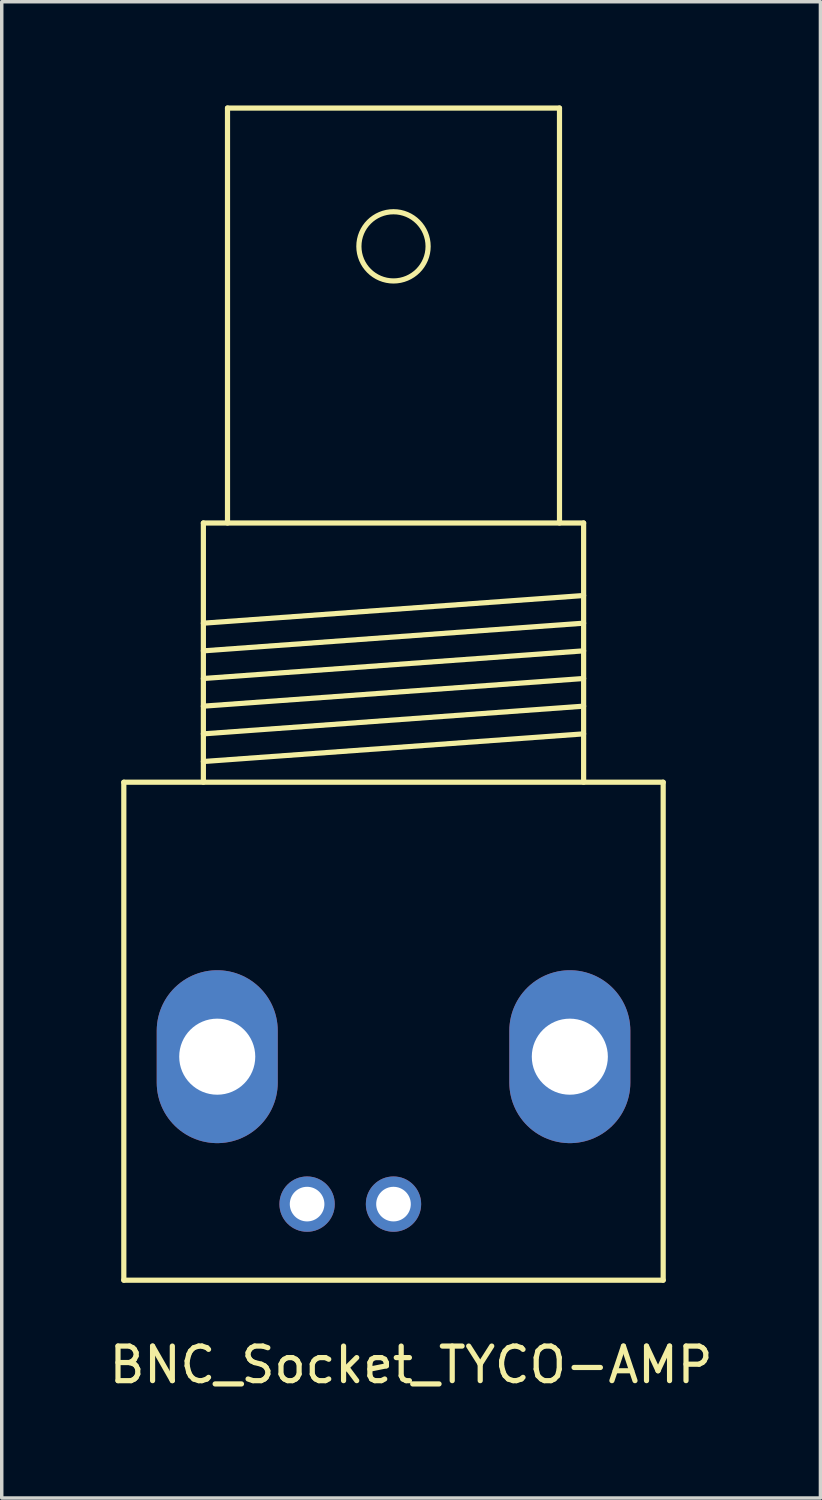
<source format=kicad_pcb>
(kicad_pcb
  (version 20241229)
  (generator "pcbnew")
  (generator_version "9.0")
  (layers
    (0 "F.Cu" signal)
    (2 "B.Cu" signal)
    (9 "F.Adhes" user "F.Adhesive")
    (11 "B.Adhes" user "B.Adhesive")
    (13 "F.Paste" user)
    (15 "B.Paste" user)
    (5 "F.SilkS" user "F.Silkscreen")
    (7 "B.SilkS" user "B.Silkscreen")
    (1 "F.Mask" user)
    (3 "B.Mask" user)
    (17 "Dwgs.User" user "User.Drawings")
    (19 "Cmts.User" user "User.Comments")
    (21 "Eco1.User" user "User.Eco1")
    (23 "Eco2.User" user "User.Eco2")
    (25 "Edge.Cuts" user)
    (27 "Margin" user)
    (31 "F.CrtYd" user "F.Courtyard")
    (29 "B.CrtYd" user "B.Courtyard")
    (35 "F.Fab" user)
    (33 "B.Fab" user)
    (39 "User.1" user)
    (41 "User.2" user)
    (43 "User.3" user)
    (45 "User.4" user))
  (footprint "BNC_Socket_TYCO-AMP"
    (layer "F.Cu")
    (at 8.331 26.775)
    (property "Reference" "BNC_Socket_TYCO-AMP" (at 0.508 9.652 0) (layer "F.SilkS") (effects (font (size 1 1) (thickness 0.15))))
    (attr through_hole)
    (fp_line (start -7.8 -7.201) (end -7.8 7.201) (stroke (width 0.15) (type solid)) (layer "F.SilkS"))
    (fp_line (start -7.8 7.201) (end 7.8 7.201) (stroke (width 0.15) (type solid)) (layer "F.SilkS"))
    (fp_line (start -5.499 -14.699) (end -5.499 -7.201) (stroke (width 0.15) (type solid)) (layer "F.SilkS"))
    (fp_line (start -5.499 -11.801) (end 5.499 -12.601) (stroke (width 0.15) (type solid)) (layer "F.SilkS"))
    (fp_line (start -5.499 -11.001) (end 5.499 -11.801) (stroke (width 0.15) (type solid)) (layer "F.SilkS"))
    (fp_line (start -5.499 -10.201) (end 5.499 -11.001) (stroke (width 0.15) (type solid)) (layer "F.SilkS"))
    (fp_line (start -5.499 -9.401) (end 5.499 -10.201) (stroke (width 0.15) (type solid)) (layer "F.SilkS"))
    (fp_line (start -5.499 -8.6) (end 5.499 -9.401) (stroke (width 0.15) (type solid)) (layer "F.SilkS"))
    (fp_line (start -5.499 -7.8) (end 5.499 -8.6) (stroke (width 0.15) (type solid)) (layer "F.SilkS"))
    (fp_line (start -4.801 -26.7) (end -4.801 -14.699) (stroke (width 0.15) (type solid)) (layer "F.SilkS"))
    (fp_line (start 4.801 -26.7) (end -4.801 -26.7) (stroke (width 0.15) (type solid)) (layer "F.SilkS"))
    (fp_line (start 4.801 -14.699) (end 4.801 -26.7) (stroke (width 0.15) (type solid)) (layer "F.SilkS"))
    (fp_line (start 5.499 -14.699) (end -5.499 -14.699) (stroke (width 0.15) (type solid)) (layer "F.SilkS"))
    (fp_line (start 5.499 -7.201) (end 5.499 -14.699) (stroke (width 0.15) (type solid)) (layer "F.SilkS"))
    (fp_line (start 7.8 -7.201) (end -7.8 -7.201) (stroke (width 0.15) (type solid)) (layer "F.SilkS"))
    (fp_line (start 7.8 7.201) (end 7.8 -7.201) (stroke (width 0.15) (type solid)) (layer "F.SilkS"))
    (fp_circle (center 0 -22.7) (end 1.001 -22.7) (stroke (width 0.15) (type solid)) (fill no) (layer "F.SilkS"))
    (pad "1" thru_hole circle (at 0 5.001) (size 1.6 1.6) (drill 1.001) (layers "*.Cu" "*.Mask"))
    (pad "2" thru_hole oval (at -5.098 0.737) (size 3.5 5.001) (drill 2.2) (layers "*.Cu" "*.Mask"))
    (pad "2" thru_hole circle (at -2.499 5.001) (size 1.6 1.6) (drill 1.001) (layers "*.Cu" "*.Mask"))
    (pad "2" thru_hole oval (at 5.1 0.737) (size 3.5 5.001) (drill 2.2) (layers "*.Cu" "*.Mask")))
  (gr_rect
    (start -3 -3)
    (end 20.679 40.276)
    (stroke (width 0.1) (type default))
    (fill no)
    (layer "Edge.Cuts")))
</source>
